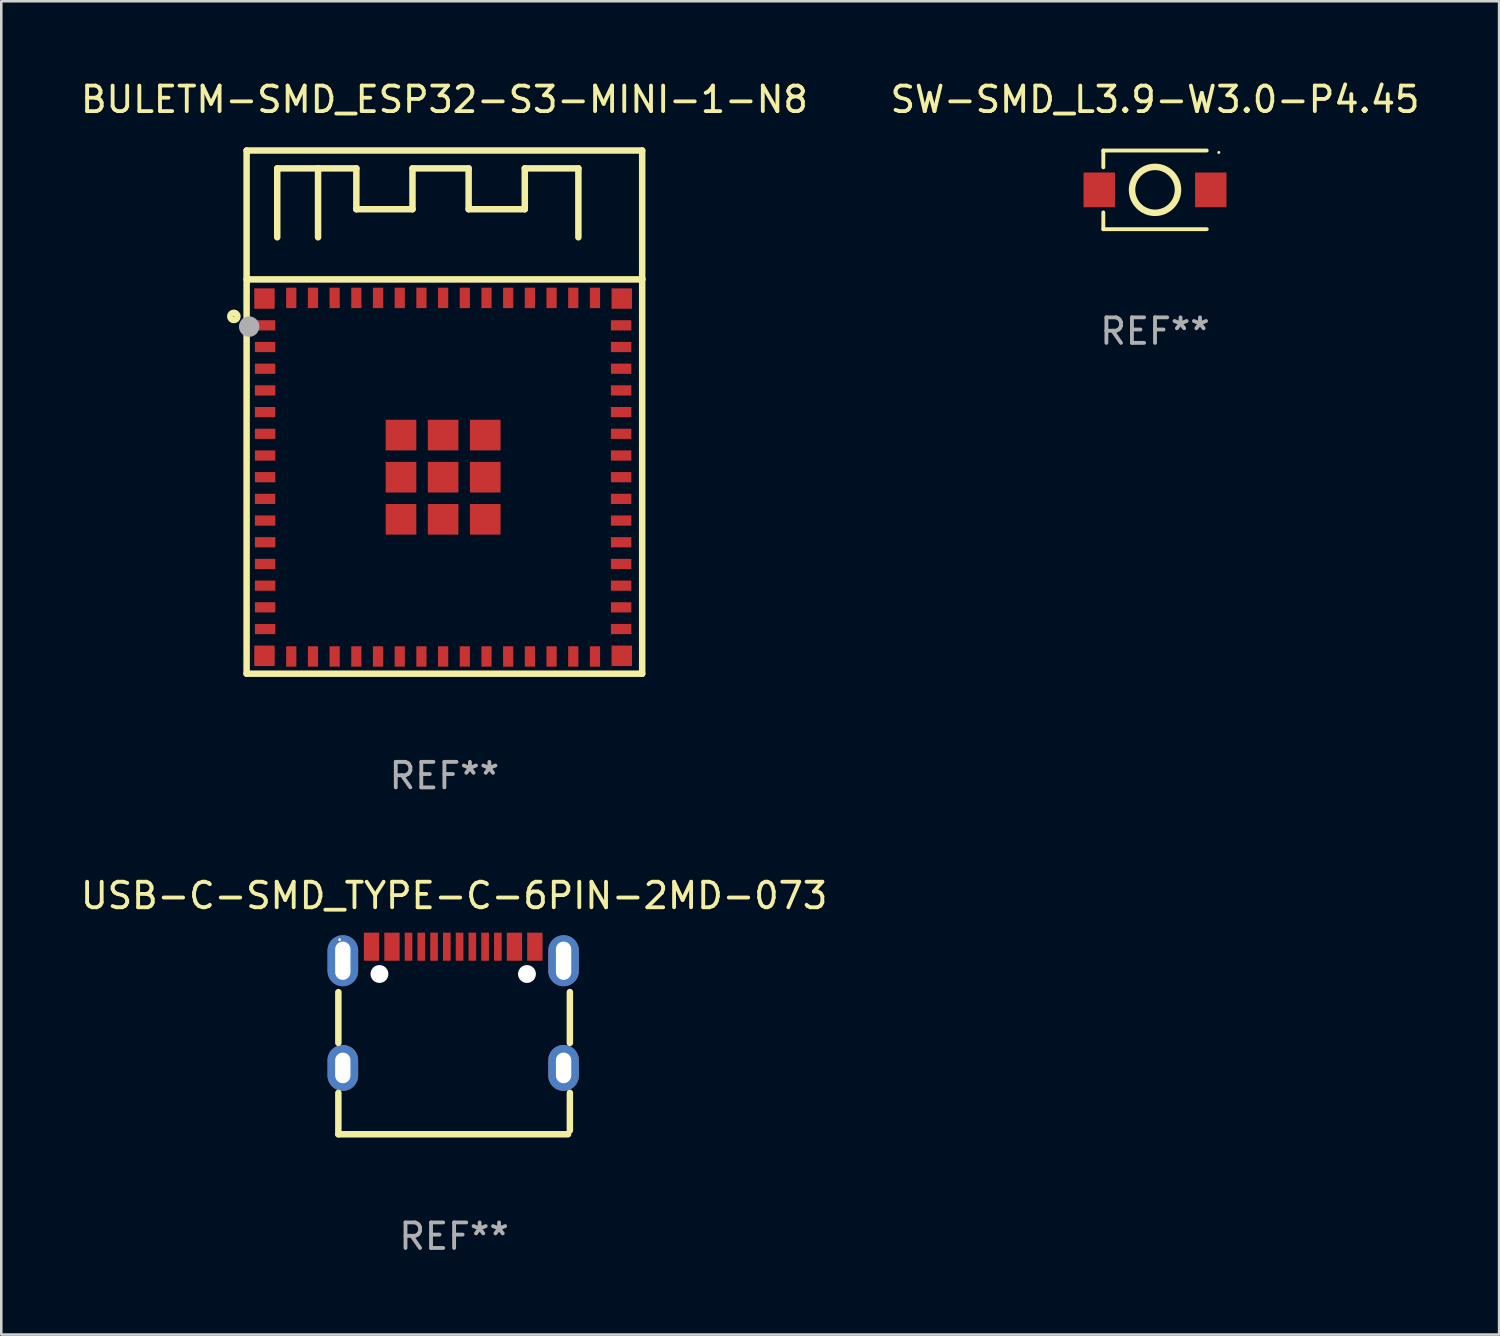
<source format=kicad_pcb>
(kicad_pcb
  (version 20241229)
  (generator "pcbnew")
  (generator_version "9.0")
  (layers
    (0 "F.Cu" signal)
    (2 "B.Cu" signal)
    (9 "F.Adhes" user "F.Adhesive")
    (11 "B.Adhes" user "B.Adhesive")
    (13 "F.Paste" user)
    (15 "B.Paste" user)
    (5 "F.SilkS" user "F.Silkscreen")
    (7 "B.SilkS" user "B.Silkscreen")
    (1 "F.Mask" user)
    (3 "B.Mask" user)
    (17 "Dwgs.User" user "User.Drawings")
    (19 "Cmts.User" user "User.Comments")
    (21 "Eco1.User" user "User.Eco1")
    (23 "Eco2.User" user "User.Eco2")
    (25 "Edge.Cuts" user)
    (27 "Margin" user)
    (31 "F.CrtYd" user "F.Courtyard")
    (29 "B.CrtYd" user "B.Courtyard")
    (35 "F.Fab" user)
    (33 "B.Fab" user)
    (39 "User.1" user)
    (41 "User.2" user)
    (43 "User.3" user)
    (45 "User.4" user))
  (footprint "USB-C-SMD_TYPE-C-6PIN-2MD-073"
    (layer "F.Cu")
    (at 14.708 36.42)
    (property "Reference" "USB-C-SMD_TYPE-C-6PIN-2MD-073" (at 0.036 -4.375 0) (layer "F.SilkS") (effects (font (size 1 1) (thickness 0.15))))
    (attr through_hole)
    (fp_line (start -4.5 1.394) (end -4.5 -0.594) (stroke (width 0.254) (type solid)) (layer "F.SilkS"))
    (fp_line (start -4.5 4.975) (end -4.5 3.356) (stroke (width 0.254) (type solid)) (layer "F.SilkS"))
    (fp_line (start 4.5 4.975) (end -4.5 4.975) (stroke (width 0.254) (type solid)) (layer "F.SilkS"))
    (fp_line (start 4.572 1.397) (end 4.572 -0.597) (stroke (width 0.254) (type solid)) (layer "F.SilkS"))
    (fp_line (start 4.572 4.826) (end 4.572 3.353) (stroke (width 0.254) (type solid)) (layer "F.SilkS"))
    (fp_circle (center -4.45 -2.649) (end -4.42 -2.649) (stroke (width 0.06) (type solid)) (fill no) (layer "F.SilkS"))
    (fp_circle (center -2.89 -1.305) (end -2.765 -1.305) (stroke (width 0.25) (type solid)) (fill no) (layer "F.Fab"))
    (fp_circle (center 2.89 -1.305) (end 3.015 -1.305) (stroke (width 0.25) (type solid)) (fill no) (layer "F.Fab"))
    (fp_text user "REF**" (at 0.036 8.975 0) (layer "F.Fab") (effects (font (size 1 1) (thickness 0.15))))
    (pad "" np_thru_hole circle (at -2.89 -1.305) (size 0.7 0.7) (drill 0.7) (layers "*.Cu" "*.Mask"))
    (pad "" np_thru_hole circle (at 2.89 -1.305) (size 0.7 0.7) (drill 0.7) (layers "*.Cu" "*.Mask"))
    (pad "1" smd rect (at -3.2 -2.375) (size 0.6 1.1) (layers "F.Cu" "F.Mask" "F.Paste"))
    (pad "2" smd rect (at -2.4 -2.375) (size 0.6 1.1) (layers "F.Cu" "F.Mask" "F.Paste"))
    (pad "3" smd rect (at -1.75 -2.375) (size 0.3 1.1) (layers "F.Cu" "F.Mask" "F.Paste"))
    (pad "4" smd rect (at -1.25 -2.375) (size 0.3 1.1) (layers "F.Cu" "F.Mask" "F.Paste"))
    (pad "5" smd rect (at -0.75 -2.375) (size 0.3 1.1) (layers "F.Cu" "F.Mask" "F.Paste"))
    (pad "6" smd rect (at -0.25 -2.375) (size 0.3 1.1) (layers "F.Cu" "F.Mask" "F.Paste"))
    (pad "7" smd rect (at 0.25 -2.375) (size 0.3 1.1) (layers "F.Cu" "F.Mask" "F.Paste"))
    (pad "8" smd rect (at 0.75 -2.375) (size 0.3 1.1) (layers "F.Cu" "F.Mask" "F.Paste"))
    (pad "9" smd rect (at 1.25 -2.375) (size 0.3 1.1) (layers "F.Cu" "F.Mask" "F.Paste"))
    (pad "10" smd rect (at 1.75 -2.375) (size 0.3 1.1) (layers "F.Cu" "F.Mask" "F.Paste"))
    (pad "11" smd rect (at 2.4 -2.375) (size 0.6 1.1) (layers "F.Cu" "F.Mask" "F.Paste"))
    (pad "12" smd rect (at 3.2 -2.375) (size 0.6 1.1) (layers "F.Cu" "F.Mask" "F.Paste"))
    (pad "13" thru_hole oval (at -4.325 -1.825) (size 1.2 2) (drill oval 0.6 1.5) (layers "*.Cu" "*.Mask"))
    (pad "13" thru_hole oval (at -4.325 2.375) (size 1.2 1.8) (drill oval 0.6 1.2) (layers "*.Cu" "*.Mask"))
    (pad "14" thru_hole oval (at 4.325 -1.825) (size 1.2 2) (drill oval 0.6 1.5) (layers "*.Cu" "*.Mask"))
    (pad "14" thru_hole oval (at 4.325 2.375) (size 1.2 1.8) (drill oval 0.6 1.2) (layers "*.Cu" "*.Mask")))
  (footprint "SW-SMD_L3.9-W3.0-P4.45"
    (layer "F.Cu")
    (at 42.208 4.389)
    (property "Reference" "SW-SMD_L3.9-W3.0-P4.45" (at 0 -3.541 0) (layer "F.SilkS") (effects (font (size 1 1) (thickness 0.15))))
    (attr through_hole)
    (fp_line (start -2.026 -1.541) (end -2.026 -0.883) (stroke (width 0.152) (type solid)) (layer "F.SilkS"))
    (fp_line (start -2.026 1.541) (end -2.026 0.883) (stroke (width 0.152) (type solid)) (layer "F.SilkS"))
    (fp_line (start 2.026 -1.541) (end -2.026 -1.541) (stroke (width 0.152) (type solid)) (layer "F.SilkS"))
    (fp_line (start 2.026 1.541) (end -2.026 1.541) (stroke (width 0.152) (type solid)) (layer "F.SilkS"))
    (fp_circle (center -0.000025 -0.000025) (end 0.9 -0.000025) (stroke (width 0.254) (type solid)) (fill no) (layer "F.SilkS"))
    (fp_circle (center 2.5 -1.465) (end 2.53 -1.465) (stroke (width 0.06) (type solid)) (fill no) (layer "F.SilkS"))
    (fp_text user "REF**" (at 0 5.541 0) (layer "F.Fab") (effects (font (size 1 1) (thickness 0.15))))
    (pad "1" smd rect (at -2.185 0) (size 1.23 1.36) (layers "F.Cu" "F.Mask" "F.Paste"))
    (pad "2" smd rect (at 2.185 0) (size 1.23 1.36) (layers "F.Cu" "F.Mask" "F.Paste")))
  (footprint "BULETM-SMD_ESP32-S3-MINI-1-N8"
    (layer "F.Cu")
    (at 14.313 15.648)
    (property "Reference" "BULETM-SMD_ESP32-S3-MINI-1-N8" (at 0.05 -14.8 0) (layer "F.SilkS") (effects (font (size 1 1) (thickness 0.15))))
    (attr through_hole)
    (fp_line (start -7.7 -12.8) (end 7.8 -12.8) (stroke (width 0.254) (type solid)) (layer "F.SilkS"))
    (fp_line (start -7.7 -7.75) (end 7.8 -7.75) (stroke (width 0.254) (type solid)) (layer "F.SilkS"))
    (fp_line (start -7.7 7.7) (end -7.7 -12.8) (stroke (width 0.254) (type solid)) (layer "F.SilkS"))
    (fp_line (start -6.5 -12.1) (end -4.9 -12.1) (stroke (width 0.254) (type solid)) (layer "F.SilkS"))
    (fp_line (start -6.5 -9.4) (end -6.5 -12.1) (stroke (width 0.254) (type solid)) (layer "F.SilkS"))
    (fp_line (start -4.9 -12.1) (end -4.9 -9.4) (stroke (width 0.254) (type solid)) (layer "F.SilkS"))
    (fp_line (start -4.9 -12.1) (end -3.4 -12.1) (stroke (width 0.254) (type solid)) (layer "F.SilkS"))
    (fp_line (start -3.4 -12.1) (end -3.4 -10.5) (stroke (width 0.254) (type solid)) (layer "F.SilkS"))
    (fp_line (start -3.4 -10.5) (end -1.2 -10.5) (stroke (width 0.254) (type solid)) (layer "F.SilkS"))
    (fp_line (start -1.2 -12.1) (end 1 -12.1) (stroke (width 0.254) (type solid)) (layer "F.SilkS"))
    (fp_line (start -1.2 -10.5) (end -1.2 -12.1) (stroke (width 0.254) (type solid)) (layer "F.SilkS"))
    (fp_line (start 1 -12.1) (end 1 -10.5) (stroke (width 0.254) (type solid)) (layer "F.SilkS"))
    (fp_line (start 1 -10.5) (end 3.2 -10.5) (stroke (width 0.254) (type solid)) (layer "F.SilkS"))
    (fp_line (start 3.2 -12.1) (end 5.3 -12.1) (stroke (width 0.254) (type solid)) (layer "F.SilkS"))
    (fp_line (start 3.2 -10.5) (end 3.2 -12.1) (stroke (width 0.254) (type solid)) (layer "F.SilkS"))
    (fp_line (start 5.3 -12.1) (end 5.3 -9.4) (stroke (width 0.254) (type solid)) (layer "F.SilkS"))
    (fp_line (start 7.8 -12.8) (end 7.8 7.7) (stroke (width 0.254) (type solid)) (layer "F.SilkS"))
    (fp_line (start 7.8 -7.75) (end 7.8 -7.786) (stroke (width 0.254) (type solid)) (layer "F.SilkS"))
    (fp_line (start 7.8 7.7) (end -7.7 7.7) (stroke (width 0.254) (type solid)) (layer "F.SilkS"))
    (fp_circle (center -8.2 -6.3) (end -8.058 -6.3) (stroke (width 0.254) (type solid)) (fill no) (layer "F.SilkS"))
    (fp_circle (center -7.7 -12.775) (end -7.67 -12.775) (stroke (width 0.06) (type solid)) (fill no) (layer "F.SilkS"))
    (fp_circle (center -7.6 -5.9) (end -7.4 -5.9) (stroke (width 0.4) (type solid)) (fill no) (layer "F.Fab"))
    (fp_text user "REF**" (at 0.05 11.7 0) (layer "F.Fab") (effects (font (size 1 1) (thickness 0.15))))
    (pad "1" smd rect (at -6.975 -5.95 90) (size 0.4 0.8) (layers "F.Cu" "F.Mask" "F.Paste"))
    (pad "2" smd rect (at -6.975 -5.1 90) (size 0.4 0.8) (layers "F.Cu" "F.Mask" "F.Paste"))
    (pad "3" smd rect (at -6.975 -4.25 90) (size 0.4 0.8) (layers "F.Cu" "F.Mask" "F.Paste"))
    (pad "4" smd rect (at -6.975 -3.4 90) (size 0.4 0.8) (layers "F.Cu" "F.Mask" "F.Paste"))
    (pad "5" smd rect (at -6.975 -2.55 90) (size 0.4 0.8) (layers "F.Cu" "F.Mask" "F.Paste"))
    (pad "6" smd rect (at -6.975 -1.7 90) (size 0.4 0.8) (layers "F.Cu" "F.Mask" "F.Paste"))
    (pad "7" smd rect (at -6.975 -0.85 90) (size 0.4 0.8) (layers "F.Cu" "F.Mask" "F.Paste"))
    (pad "8" smd rect (at -6.975 -0.000127 90) (size 0.4 0.8) (layers "F.Cu" "F.Mask" "F.Paste"))
    (pad "9" smd rect (at -6.975 0.85 90) (size 0.4 0.8) (layers "F.Cu" "F.Mask" "F.Paste"))
    (pad "10" smd rect (at -6.975 1.7 90) (size 0.4 0.8) (layers "F.Cu" "F.Mask" "F.Paste"))
    (pad "11" smd rect (at -6.975 2.55 90) (size 0.4 0.8) (layers "F.Cu" "F.Mask" "F.Paste"))
    (pad "12" smd rect (at -6.975 3.4 90) (size 0.4 0.8) (layers "F.Cu" "F.Mask" "F.Paste"))
    (pad "13" smd rect (at -6.975 4.25 90) (size 0.4 0.8) (layers "F.Cu" "F.Mask" "F.Paste"))
    (pad "14" smd rect (at -6.975 5.1 90) (size 0.4 0.8) (layers "F.Cu" "F.Mask" "F.Paste"))
    (pad "15" smd rect (at -6.975 5.95 90) (size 0.4 0.8) (layers "F.Cu" "F.Mask" "F.Paste"))
    (pad "16" smd rect (at -5.95 7.025 180) (size 0.4 0.8) (layers "F.Cu" "F.Mask" "F.Paste"))
    (pad "17" smd rect (at -5.1 7.025 180) (size 0.4 0.8) (layers "F.Cu" "F.Mask" "F.Paste"))
    (pad "18" smd rect (at -4.25 7.025 180) (size 0.4 0.8) (layers "F.Cu" "F.Mask" "F.Paste"))
    (pad "19" smd rect (at -3.4 7.025 180) (size 0.4 0.8) (layers "F.Cu" "F.Mask" "F.Paste"))
    (pad "20" smd rect (at -2.55 7.025 180) (size 0.4 0.8) (layers "F.Cu" "F.Mask" "F.Paste"))
    (pad "21" smd rect (at -1.7 7.025 180) (size 0.4 0.8) (layers "F.Cu" "F.Mask" "F.Paste"))
    (pad "22" smd rect (at -0.85 7.025 180) (size 0.4 0.8) (layers "F.Cu" "F.Mask" "F.Paste"))
    (pad "23" smd rect (at 0 7.025 180) (size 0.4 0.8) (layers "F.Cu" "F.Mask" "F.Paste"))
    (pad "24" smd rect (at 0.85 7.025 180) (size 0.4 0.8) (layers "F.Cu" "F.Mask" "F.Paste"))
    (pad "25" smd rect (at 1.7 7.025 180) (size 0.4 0.8) (layers "F.Cu" "F.Mask" "F.Paste"))
    (pad "26" smd rect (at 2.55 7.025 180) (size 0.4 0.8) (layers "F.Cu" "F.Mask" "F.Paste"))
    (pad "27" smd rect (at 3.4 7.025 180) (size 0.4 0.8) (layers "F.Cu" "F.Mask" "F.Paste"))
    (pad "28" smd rect (at 4.25 7.025 180) (size 0.4 0.8) (layers "F.Cu" "F.Mask" "F.Paste"))
    (pad "29" smd rect (at 5.1 7.025 180) (size 0.4 0.8) (layers "F.Cu" "F.Mask" "F.Paste"))
    (pad "30" smd rect (at 5.95 7.025 180) (size 0.4 0.8) (layers "F.Cu" "F.Mask" "F.Paste"))
    (pad "31" smd rect (at 6.975 5.95 270) (size 0.4 0.8) (layers "F.Cu" "F.Mask" "F.Paste"))
    (pad "32" smd rect (at 6.975 5.1 270) (size 0.4 0.8) (layers "F.Cu" "F.Mask" "F.Paste"))
    (pad "33" smd rect (at 6.975 4.25 270) (size 0.4 0.8) (layers "F.Cu" "F.Mask" "F.Paste"))
    (pad "34" smd rect (at 6.975 3.4 270) (size 0.4 0.8) (layers "F.Cu" "F.Mask" "F.Paste"))
    (pad "35" smd rect (at 6.975 2.55 270) (size 0.4 0.8) (layers "F.Cu" "F.Mask" "F.Paste"))
    (pad "36" smd rect (at 6.975 1.7 270) (size 0.4 0.8) (layers "F.Cu" "F.Mask" "F.Paste"))
    (pad "37" smd rect (at 6.975 0.85 270) (size 0.4 0.8) (layers "F.Cu" "F.Mask" "F.Paste"))
    (pad "38" smd rect (at 6.975 -0.000127 270) (size 0.4 0.8) (layers "F.Cu" "F.Mask" "F.Paste"))
    (pad "39" smd rect (at 6.975 -0.85 270) (size 0.4 0.8) (layers "F.Cu" "F.Mask" "F.Paste"))
    (pad "40" smd rect (at 6.975 -1.7 270) (size 0.4 0.8) (layers "F.Cu" "F.Mask" "F.Paste"))
    (pad "41" smd rect (at 6.975 -2.55 270) (size 0.4 0.8) (layers "F.Cu" "F.Mask" "F.Paste"))
    (pad "42" smd rect (at 6.975 -3.4 270) (size 0.4 0.8) (layers "F.Cu" "F.Mask" "F.Paste"))
    (pad "43" smd rect (at 6.975 -4.25 270) (size 0.4 0.8) (layers "F.Cu" "F.Mask" "F.Paste"))
    (pad "44" smd rect (at 6.975 -5.1 270) (size 0.4 0.8) (layers "F.Cu" "F.Mask" "F.Paste"))
    (pad "45" smd rect (at 6.975 -5.95 270) (size 0.4 0.8) (layers "F.Cu" "F.Mask" "F.Paste"))
    (pad "46" smd rect (at 5.95 -7.025) (size 0.4 0.8) (layers "F.Cu" "F.Mask" "F.Paste"))
    (pad "47" smd rect (at 5.1 -7.025) (size 0.4 0.8) (layers "F.Cu" "F.Mask" "F.Paste"))
    (pad "48" smd rect (at 4.25 -7.025) (size 0.4 0.8) (layers "F.Cu" "F.Mask" "F.Paste"))
    (pad "49" smd rect (at 3.4 -7.025) (size 0.4 0.8) (layers "F.Cu" "F.Mask" "F.Paste"))
    (pad "50" smd rect (at 2.55 -7.025) (size 0.4 0.8) (layers "F.Cu" "F.Mask" "F.Paste"))
    (pad "51" smd rect (at 1.7 -7.025) (size 0.4 0.8) (layers "F.Cu" "F.Mask" "F.Paste"))
    (pad "52" smd rect (at 0.85 -7.025) (size 0.4 0.8) (layers "F.Cu" "F.Mask" "F.Paste"))
    (pad "53" smd rect (at 0 -7.025) (size 0.4 0.8) (layers "F.Cu" "F.Mask" "F.Paste"))
    (pad "54" smd rect (at -0.85 -7.025) (size 0.4 0.8) (layers "F.Cu" "F.Mask" "F.Paste"))
    (pad "55" smd rect (at -1.7 -7.025) (size 0.4 0.8) (layers "F.Cu" "F.Mask" "F.Paste"))
    (pad "56" smd rect (at -2.55 -7.025) (size 0.4 0.8) (layers "F.Cu" "F.Mask" "F.Paste"))
    (pad "57" smd rect (at -3.4 -7.025) (size 0.4 0.8) (layers "F.Cu" "F.Mask" "F.Paste"))
    (pad "58" smd rect (at -4.25 -7.025) (size 0.4 0.8) (layers "F.Cu" "F.Mask" "F.Paste"))
    (pad "59" smd rect (at -5.1 -7.025) (size 0.4 0.8) (layers "F.Cu" "F.Mask" "F.Paste"))
    (pad "60" smd rect (at -5.95 -7.025) (size 0.4 0.8) (layers "F.Cu" "F.Mask" "F.Paste"))
    (pad "GND" smd rect (at -7 -7 90) (size 0.8 0.8) (layers "F.Cu" "F.Mask" "F.Paste"))
    (pad "GND" smd rect (at -7 7 90) (size 0.8 0.8) (layers "F.Cu" "F.Mask" "F.Paste"))
    (pad "GND" smd rect (at -1.65 -1.65 90) (size 1.2 1.2) (layers "F.Cu" "F.Mask" "F.Paste"))
    (pad "GND" smd rect (at -1.65 -0.000127 90) (size 1.2 1.2) (layers "F.Cu" "F.Mask" "F.Paste"))
    (pad "GND" smd rect (at -1.65 1.65 90) (size 1.2 1.2) (layers "F.Cu" "F.Mask" "F.Paste"))
    (pad "GND" smd rect (at 0 -1.65 90) (size 1.2 1.2) (layers "F.Cu" "F.Mask" "F.Paste"))
    (pad "GND" smd rect (at 0 -0.000127 90) (size 1.2 1.2) (layers "F.Cu" "F.Mask" "F.Paste"))
    (pad "GND" smd rect (at 0 1.65 90) (size 1.2 1.2) (layers "F.Cu" "F.Mask" "F.Paste"))
    (pad "GND" smd rect (at 1.65 -1.65 90) (size 1.2 1.2) (layers "F.Cu" "F.Mask" "F.Paste"))
    (pad "GND" smd rect (at 1.65 -0.000127 90) (size 1.2 1.2) (layers "F.Cu" "F.Mask" "F.Paste"))
    (pad "GND" smd rect (at 1.65 1.65 90) (size 1.2 1.2) (layers "F.Cu" "F.Mask" "F.Paste"))
    (pad "GND" smd rect (at 7 -7 90) (size 0.8 0.8) (layers "F.Cu" "F.Mask" "F.Paste"))
    (pad "GND" smd rect (at 7 7 90) (size 0.8 0.8) (layers "F.Cu" "F.Mask" "F.Paste")))
  (gr_rect
    (start -3 -3)
    (end 55.69 49.243)
    (stroke (width 0.1) (type default))
    (fill no)
    (layer "Edge.Cuts")))
</source>
